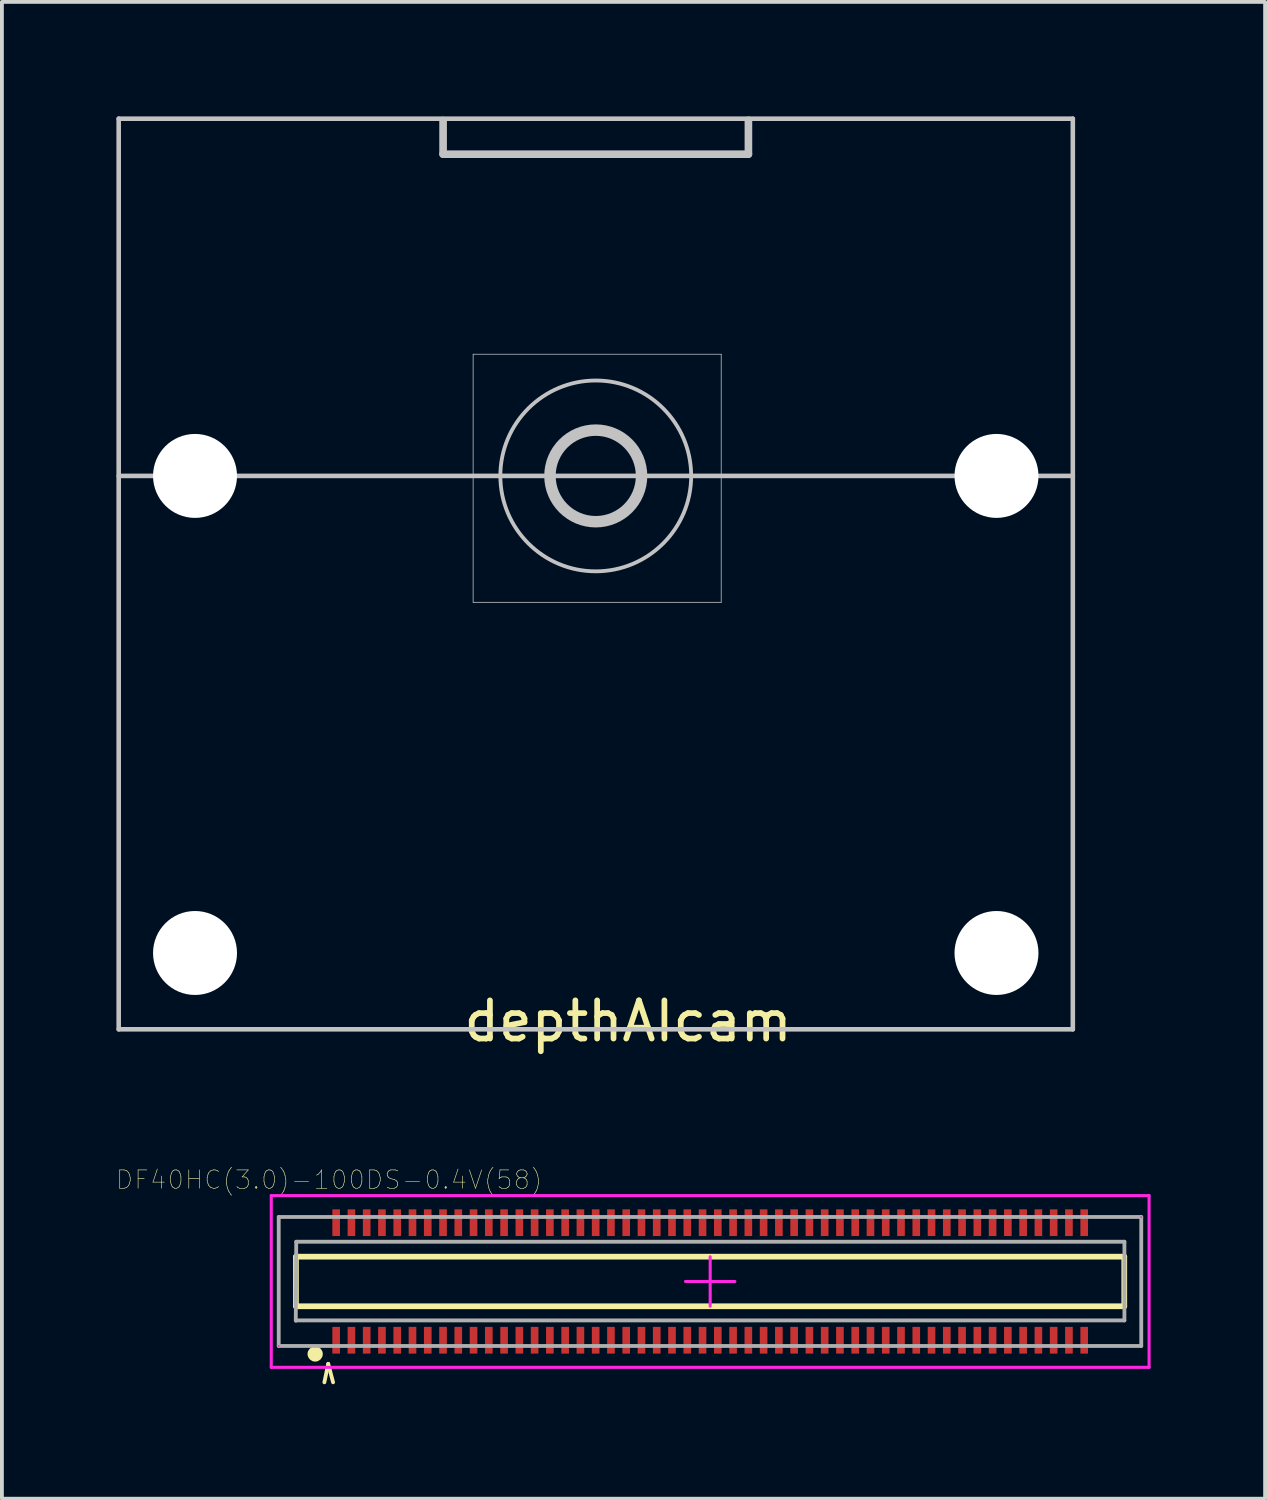
<source format=kicad_pcb>
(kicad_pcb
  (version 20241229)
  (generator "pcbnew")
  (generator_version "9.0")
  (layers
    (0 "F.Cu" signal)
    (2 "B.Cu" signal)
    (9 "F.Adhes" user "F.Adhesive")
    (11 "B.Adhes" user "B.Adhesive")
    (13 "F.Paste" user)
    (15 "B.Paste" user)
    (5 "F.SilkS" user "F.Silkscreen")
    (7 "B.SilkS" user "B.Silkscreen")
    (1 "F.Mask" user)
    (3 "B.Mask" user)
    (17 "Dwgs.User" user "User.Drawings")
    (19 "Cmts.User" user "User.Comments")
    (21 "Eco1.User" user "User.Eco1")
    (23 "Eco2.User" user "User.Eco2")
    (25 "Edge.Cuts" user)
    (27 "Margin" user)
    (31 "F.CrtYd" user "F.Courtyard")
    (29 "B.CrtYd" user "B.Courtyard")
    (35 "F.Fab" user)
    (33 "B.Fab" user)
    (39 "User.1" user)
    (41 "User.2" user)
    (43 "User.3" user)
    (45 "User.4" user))
  (footprint "depthAIcam"
    (layer "F.Cu")
    (at 12.56 11.99)
    (property "Reference" "depthAIcam" (at 0.846 11.717 0) (layer "F.SilkS") (effects (font (size 1 1) (thickness 0.15))))
    (attr through_hole)
    (fp_line (start -12.5 -11.93) (end -12.5 11.93) (stroke (width 0.12) (type solid)) (layer "Dwgs.User"))
    (fp_line (start -4 -11.001) (end -4 -11.882) (stroke (width 0.2) (type solid)) (layer "Dwgs.User"))
    (fp_line (start -3.213 -5.758) (end -3.213 0.742) (stroke (width 0.02) (type solid)) (layer "Dwgs.User"))
    (fp_line (start -3.213 0.742) (end 3.287 0.742) (stroke (width 0.02) (type solid)) (layer "Dwgs.User"))
    (fp_line (start 3.287 -5.758) (end -3.213 -5.758) (stroke (width 0.02) (type solid)) (layer "Dwgs.User"))
    (fp_line (start 3.287 0.742) (end 3.287 -5.758) (stroke (width 0.02) (type solid)) (layer "Dwgs.User"))
    (fp_line (start 4 -11) (end -4 -11) (stroke (width 0.2) (type solid)) (layer "Dwgs.User"))
    (fp_line (start 4 -11.887) (end 4 -11.001) (stroke (width 0.2) (type solid)) (layer "Dwgs.User"))
    (fp_line (start 12.5 -11.93) (end -12.499 -11.93) (stroke (width 0.12) (type solid)) (layer "Dwgs.User"))
    (fp_line (start 12.5 -11.93) (end 12.5 11.93) (stroke (width 0.12) (type solid)) (layer "Dwgs.User"))
    (fp_line (start 12.5 -2.57) (end -12.499 -2.57) (stroke (width 0.12) (type solid)) (layer "Dwgs.User"))
    (fp_line (start 12.5 11.93) (end -12.499 11.93) (stroke (width 0.12) (type solid)) (layer "Dwgs.User"))
    (fp_circle (center 0 -2.57) (end 1.2 -2.57) (stroke (width 0.3) (type solid)) (fill no) (layer "Dwgs.User"))
    (fp_circle (center 0 -2.57) (end 2.5 -2.57) (stroke (width 0.1) (type solid)) (fill no) (layer "Dwgs.User"))
    (pad "" np_thru_hole circle (at -10.5 -2.57) (size 2.2 2.2) (drill 2.2) (layers "*.Cu" "*.Mask"))
    (pad "" np_thru_hole circle (at -10.5 9.93) (size 2.2 2.2) (drill 2.2) (layers "*.Cu" "*.Mask"))
    (pad "" np_thru_hole circle (at 10.5 -2.57) (size 2.2 2.2) (drill 2.2) (layers "*.Cu" "*.Mask"))
    (pad "" np_thru_hole circle (at 10.5 9.93) (size 2.2 2.2) (drill 2.2) (layers "*.Cu" "*.Mask")))
  (footprint "DF40HC(3.0)-100DS-0.4V(58)"
    (layer "F.Cu")
    (at 15.558 30.527)
    (property "Reference" "DF40HC(3.0)-100DS-0.4V(58)" (at -9.985 -2.664 0) (layer "F.SilkS") (effects (font (size 0.481 0.481) (thickness 0.015))))
    (attr through_hole)
    (fp_line (start -10.854 -0.65) (end -10.854 -0.65) (stroke (width 0.12) (type solid)) (layer "F.SilkS"))
    (fp_line (start -10.854 -0.65) (end -10.854 0.65) (stroke (width 0.15) (type solid)) (layer "F.SilkS"))
    (fp_line (start -10.854 0.65) (end -10.854 0.65) (stroke (width 0.12) (type solid)) (layer "F.SilkS"))
    (fp_line (start -10.85 -0.65) (end 10.85 -0.65) (stroke (width 0.15) (type solid)) (layer "F.SilkS"))
    (fp_line (start -10.109 2.642) (end -10.008 2.159) (stroke (width 0.1) (type solid)) (layer "F.SilkS"))
    (fp_line (start -10.008 2.159) (end -9.881 2.642) (stroke (width 0.1) (type solid)) (layer "F.SilkS"))
    (fp_line (start 10.85 -0.65) (end 10.85 0.65) (stroke (width 0.15) (type solid)) (layer "F.SilkS"))
    (fp_line (start 10.85 0.65) (end -10.85 0.65) (stroke (width 0.15) (type solid)) (layer "F.SilkS"))
    (fp_circle (center -10.35 1.9) (end -10.25 1.9) (stroke (width 0.2) (type solid)) (fill no) (layer "F.SilkS"))
    (fp_line (start -11.5 -2.25) (end 11.5 -2.25) (stroke (width 0.08) (type solid)) (layer "F.CrtYd"))
    (fp_line (start -11.5 2.25) (end -11.5 -2.25) (stroke (width 0.08) (type solid)) (layer "F.CrtYd"))
    (fp_line (start -11.305 1.689) (end -11.305 1.689) (stroke (width 0.05) (type solid)) (layer "F.CrtYd"))
    (fp_line (start -0.648 0) (end 0.648 0) (stroke (width 0.08) (type solid)) (layer "F.CrtYd"))
    (fp_line (start 0 -0.648) (end 0 0.648) (stroke (width 0.08) (type solid)) (layer "F.CrtYd"))
    (fp_line (start 11.295 -1.689) (end 11.295 -1.689) (stroke (width 0.05) (type solid)) (layer "F.CrtYd"))
    (fp_line (start 11.5 -2.25) (end 11.5 2.25) (stroke (width 0.08) (type solid)) (layer "F.CrtYd"))
    (fp_line (start 11.5 2.25) (end -11.5 2.25) (stroke (width 0.08) (type solid)) (layer "F.CrtYd"))
    (fp_line (start -11.305 -1.69) (end -11.305 1.689) (stroke (width 0.1) (type solid)) (layer "F.Fab"))
    (fp_line (start -11.305 1.69) (end 11.295 1.69) (stroke (width 0.1) (type solid)) (layer "F.Fab"))
    (fp_line (start -10.846 -1.041) (end -10.858 1.029) (stroke (width 0.1) (type solid)) (layer "F.Fab"))
    (fp_line (start -10.846 -1.041) (end 10.854 -1.041) (stroke (width 0.1) (type solid)) (layer "F.Fab"))
    (fp_line (start -10.846 1.02) (end 10.854 1.02) (stroke (width 0.1) (type solid)) (layer "F.Fab"))
    (fp_line (start 10.854 -1.041) (end 10.854 1.02) (stroke (width 0.1) (type solid)) (layer "F.Fab"))
    (fp_line (start 11.295 -1.69) (end -11.305 -1.69) (stroke (width 0.1) (type solid)) (layer "F.Fab"))
    (fp_line (start 11.295 1.69) (end 11.295 -1.689) (stroke (width 0.1) (type solid)) (layer "F.Fab"))
    (pad "1" smd rect (at -9.8 1.54) (size 0.2 0.7) (layers "F.Cu" "F.Mask" "F.Paste"))
    (pad "2" smd rect (at -9.8 -1.54) (size 0.2 0.7) (layers "F.Cu" "F.Mask" "F.Paste"))
    (pad "3" smd rect (at -9.4 1.54) (size 0.2 0.7) (layers "F.Cu" "F.Mask" "F.Paste"))
    (pad "4" smd rect (at -9.4 -1.54) (size 0.2 0.7) (layers "F.Cu" "F.Mask" "F.Paste"))
    (pad "5" smd rect (at -9 1.54) (size 0.2 0.7) (layers "F.Cu" "F.Mask" "F.Paste"))
    (pad "6" smd rect (at -9 -1.54) (size 0.2 0.7) (layers "F.Cu" "F.Mask" "F.Paste"))
    (pad "7" smd rect (at -8.6 1.54) (size 0.2 0.7) (layers "F.Cu" "F.Mask" "F.Paste"))
    (pad "8" smd rect (at -8.6 -1.54) (size 0.2 0.7) (layers "F.Cu" "F.Mask" "F.Paste"))
    (pad "9" smd rect (at -8.2 1.54) (size 0.2 0.7) (layers "F.Cu" "F.Mask" "F.Paste"))
    (pad "10" smd rect (at -8.2 -1.54) (size 0.2 0.7) (layers "F.Cu" "F.Mask" "F.Paste"))
    (pad "11" smd rect (at -7.8 1.54) (size 0.2 0.7) (layers "F.Cu" "F.Mask" "F.Paste"))
    (pad "12" smd rect (at -7.8 -1.54) (size 0.2 0.7) (layers "F.Cu" "F.Mask" "F.Paste"))
    (pad "13" smd rect (at -7.4 1.54) (size 0.2 0.7) (layers "F.Cu" "F.Mask" "F.Paste"))
    (pad "14" smd rect (at -7.4 -1.54) (size 0.2 0.7) (layers "F.Cu" "F.Mask" "F.Paste"))
    (pad "15" smd rect (at -7 1.54) (size 0.2 0.7) (layers "F.Cu" "F.Mask" "F.Paste"))
    (pad "16" smd rect (at -7 -1.54) (size 0.2 0.7) (layers "F.Cu" "F.Mask" "F.Paste"))
    (pad "17" smd rect (at -6.6 1.54) (size 0.2 0.7) (layers "F.Cu" "F.Mask" "F.Paste"))
    (pad "18" smd rect (at -6.6 -1.54) (size 0.2 0.7) (layers "F.Cu" "F.Mask" "F.Paste"))
    (pad "19" smd rect (at -6.2 1.54) (size 0.2 0.7) (layers "F.Cu" "F.Mask" "F.Paste"))
    (pad "20" smd rect (at -6.2 -1.54) (size 0.2 0.7) (layers "F.Cu" "F.Mask" "F.Paste"))
    (pad "21" smd rect (at -5.8 1.54) (size 0.2 0.7) (layers "F.Cu" "F.Mask" "F.Paste"))
    (pad "22" smd rect (at -5.8 -1.54) (size 0.2 0.7) (layers "F.Cu" "F.Mask" "F.Paste"))
    (pad "23" smd rect (at -5.4 1.54) (size 0.2 0.7) (layers "F.Cu" "F.Mask" "F.Paste"))
    (pad "24" smd rect (at -5.4 -1.54) (size 0.2 0.7) (layers "F.Cu" "F.Mask" "F.Paste"))
    (pad "25" smd rect (at -5 1.54) (size 0.2 0.7) (layers "F.Cu" "F.Mask" "F.Paste"))
    (pad "26" smd rect (at -5 -1.54) (size 0.2 0.7) (layers "F.Cu" "F.Mask" "F.Paste"))
    (pad "27" smd rect (at -4.6 1.54) (size 0.2 0.7) (layers "F.Cu" "F.Mask" "F.Paste"))
    (pad "28" smd rect (at -4.6 -1.54) (size 0.2 0.7) (layers "F.Cu" "F.Mask" "F.Paste"))
    (pad "29" smd rect (at -4.2 1.54) (size 0.2 0.7) (layers "F.Cu" "F.Mask" "F.Paste"))
    (pad "30" smd rect (at -4.2 -1.54) (size 0.2 0.7) (layers "F.Cu" "F.Mask" "F.Paste"))
    (pad "31" smd rect (at -3.8 1.54) (size 0.2 0.7) (layers "F.Cu" "F.Mask" "F.Paste"))
    (pad "32" smd rect (at -3.8 -1.54) (size 0.2 0.7) (layers "F.Cu" "F.Mask" "F.Paste"))
    (pad "33" smd rect (at -3.4 1.54) (size 0.2 0.7) (layers "F.Cu" "F.Mask" "F.Paste"))
    (pad "34" smd rect (at -3.4 -1.54) (size 0.2 0.7) (layers "F.Cu" "F.Mask" "F.Paste"))
    (pad "35" smd rect (at -3 1.54) (size 0.2 0.7) (layers "F.Cu" "F.Mask" "F.Paste"))
    (pad "36" smd rect (at -3 -1.54) (size 0.2 0.7) (layers "F.Cu" "F.Mask" "F.Paste"))
    (pad "37" smd rect (at -2.6 1.54) (size 0.2 0.7) (layers "F.Cu" "F.Mask" "F.Paste"))
    (pad "38" smd rect (at -2.6 -1.54) (size 0.2 0.7) (layers "F.Cu" "F.Mask" "F.Paste"))
    (pad "39" smd rect (at -2.2 1.54) (size 0.2 0.7) (layers "F.Cu" "F.Mask" "F.Paste"))
    (pad "40" smd rect (at -2.2 -1.54) (size 0.2 0.7) (layers "F.Cu" "F.Mask" "F.Paste"))
    (pad "41" smd rect (at -1.8 1.54) (size 0.2 0.7) (layers "F.Cu" "F.Mask" "F.Paste"))
    (pad "42" smd rect (at -1.8 -1.54) (size 0.2 0.7) (layers "F.Cu" "F.Mask" "F.Paste"))
    (pad "43" smd rect (at -1.4 1.54) (size 0.2 0.7) (layers "F.Cu" "F.Mask" "F.Paste"))
    (pad "44" smd rect (at -1.4 -1.54) (size 0.2 0.7) (layers "F.Cu" "F.Mask" "F.Paste"))
    (pad "45" smd rect (at -1 1.54) (size 0.2 0.7) (layers "F.Cu" "F.Mask" "F.Paste"))
    (pad "46" smd rect (at -1 -1.54) (size 0.2 0.7) (layers "F.Cu" "F.Mask" "F.Paste"))
    (pad "47" smd rect (at -0.6 1.54) (size 0.2 0.7) (layers "F.Cu" "F.Mask" "F.Paste"))
    (pad "48" smd rect (at -0.6 -1.54) (size 0.2 0.7) (layers "F.Cu" "F.Mask" "F.Paste"))
    (pad "49" smd rect (at -0.2 1.54) (size 0.2 0.7) (layers "F.Cu" "F.Mask" "F.Paste"))
    (pad "50" smd rect (at -0.2 -1.54) (size 0.2 0.7) (layers "F.Cu" "F.Mask" "F.Paste"))
    (pad "51" smd rect (at 0.2 1.54) (size 0.2 0.7) (layers "F.Cu" "F.Mask" "F.Paste"))
    (pad "52" smd rect (at 0.2 -1.54) (size 0.2 0.7) (layers "F.Cu" "F.Mask" "F.Paste"))
    (pad "53" smd rect (at 0.6 1.54) (size 0.2 0.7) (layers "F.Cu" "F.Mask" "F.Paste"))
    (pad "54" smd rect (at 0.6 -1.54) (size 0.2 0.7) (layers "F.Cu" "F.Mask" "F.Paste"))
    (pad "55" smd rect (at 1 1.54) (size 0.2 0.7) (layers "F.Cu" "F.Mask" "F.Paste"))
    (pad "56" smd rect (at 1 -1.54) (size 0.2 0.7) (layers "F.Cu" "F.Mask" "F.Paste"))
    (pad "57" smd rect (at 1.4 1.54) (size 0.2 0.7) (layers "F.Cu" "F.Mask" "F.Paste"))
    (pad "58" smd rect (at 1.4 -1.54) (size 0.2 0.7) (layers "F.Cu" "F.Mask" "F.Paste"))
    (pad "59" smd rect (at 1.8 1.54) (size 0.2 0.7) (layers "F.Cu" "F.Mask" "F.Paste"))
    (pad "60" smd rect (at 1.8 -1.54) (size 0.2 0.7) (layers "F.Cu" "F.Mask" "F.Paste"))
    (pad "61" smd rect (at 2.2 1.54) (size 0.2 0.7) (layers "F.Cu" "F.Mask" "F.Paste"))
    (pad "62" smd rect (at 2.2 -1.54) (size 0.2 0.7) (layers "F.Cu" "F.Mask" "F.Paste"))
    (pad "63" smd rect (at 2.6 1.54) (size 0.2 0.7) (layers "F.Cu" "F.Mask" "F.Paste"))
    (pad "64" smd rect (at 2.6 -1.54) (size 0.2 0.7) (layers "F.Cu" "F.Mask" "F.Paste"))
    (pad "65" smd rect (at 3 1.54) (size 0.2 0.7) (layers "F.Cu" "F.Mask" "F.Paste"))
    (pad "66" smd rect (at 3 -1.54) (size 0.2 0.7) (layers "F.Cu" "F.Mask" "F.Paste"))
    (pad "67" smd rect (at 3.4 1.54) (size 0.2 0.7) (layers "F.Cu" "F.Mask" "F.Paste"))
    (pad "68" smd rect (at 3.4 -1.54) (size 0.2 0.7) (layers "F.Cu" "F.Mask" "F.Paste"))
    (pad "69" smd rect (at 3.8 1.54) (size 0.2 0.7) (layers "F.Cu" "F.Mask" "F.Paste"))
    (pad "70" smd rect (at 3.8 -1.54) (size 0.2 0.7) (layers "F.Cu" "F.Mask" "F.Paste"))
    (pad "71" smd rect (at 4.2 1.54) (size 0.2 0.7) (layers "F.Cu" "F.Mask" "F.Paste"))
    (pad "72" smd rect (at 4.2 -1.54) (size 0.2 0.7) (layers "F.Cu" "F.Mask" "F.Paste"))
    (pad "73" smd rect (at 4.6 1.54) (size 0.2 0.7) (layers "F.Cu" "F.Mask" "F.Paste"))
    (pad "74" smd rect (at 4.6 -1.54) (size 0.2 0.7) (layers "F.Cu" "F.Mask" "F.Paste"))
    (pad "75" smd rect (at 5 1.54) (size 0.2 0.7) (layers "F.Cu" "F.Mask" "F.Paste"))
    (pad "76" smd rect (at 5 -1.54) (size 0.2 0.7) (layers "F.Cu" "F.Mask" "F.Paste"))
    (pad "77" smd rect (at 5.4 1.54) (size 0.2 0.7) (layers "F.Cu" "F.Mask" "F.Paste"))
    (pad "78" smd rect (at 5.4 -1.54) (size 0.2 0.7) (layers "F.Cu" "F.Mask" "F.Paste"))
    (pad "79" smd rect (at 5.8 1.54) (size 0.2 0.7) (layers "F.Cu" "F.Mask" "F.Paste"))
    (pad "80" smd rect (at 5.8 -1.54) (size 0.2 0.7) (layers "F.Cu" "F.Mask" "F.Paste"))
    (pad "81" smd rect (at 6.2 1.54) (size 0.2 0.7) (layers "F.Cu" "F.Mask" "F.Paste"))
    (pad "82" smd rect (at 6.2 -1.54) (size 0.2 0.7) (layers "F.Cu" "F.Mask" "F.Paste"))
    (pad "83" smd rect (at 6.6 1.54) (size 0.2 0.7) (layers "F.Cu" "F.Mask" "F.Paste"))
    (pad "84" smd rect (at 6.6 -1.54) (size 0.2 0.7) (layers "F.Cu" "F.Mask" "F.Paste"))
    (pad "85" smd rect (at 7 1.54) (size 0.2 0.7) (layers "F.Cu" "F.Mask" "F.Paste"))
    (pad "86" smd rect (at 7 -1.54) (size 0.2 0.7) (layers "F.Cu" "F.Mask" "F.Paste"))
    (pad "87" smd rect (at 7.4 1.54) (size 0.2 0.7) (layers "F.Cu" "F.Mask" "F.Paste"))
    (pad "88" smd rect (at 7.4 -1.54) (size 0.2 0.7) (layers "F.Cu" "F.Mask" "F.Paste"))
    (pad "89" smd rect (at 7.8 1.54) (size 0.2 0.7) (layers "F.Cu" "F.Mask" "F.Paste"))
    (pad "90" smd rect (at 7.8 -1.54) (size 0.2 0.7) (layers "F.Cu" "F.Mask" "F.Paste"))
    (pad "91" smd rect (at 8.2 1.54) (size 0.2 0.7) (layers "F.Cu" "F.Mask" "F.Paste"))
    (pad "92" smd rect (at 8.2 -1.54) (size 0.2 0.7) (layers "F.Cu" "F.Mask" "F.Paste"))
    (pad "93" smd rect (at 8.6 1.54) (size 0.2 0.7) (layers "F.Cu" "F.Mask" "F.Paste"))
    (pad "94" smd rect (at 8.6 -1.54) (size 0.2 0.7) (layers "F.Cu" "F.Mask" "F.Paste"))
    (pad "95" smd rect (at 9 1.54) (size 0.2 0.7) (layers "F.Cu" "F.Mask" "F.Paste"))
    (pad "96" smd rect (at 9 -1.54) (size 0.2 0.7) (layers "F.Cu" "F.Mask" "F.Paste"))
    (pad "97" smd rect (at 9.4 1.54) (size 0.2 0.7) (layers "F.Cu" "F.Mask" "F.Paste"))
    (pad "98" smd rect (at 9.4 -1.54) (size 0.2 0.7) (layers "F.Cu" "F.Mask" "F.Paste"))
    (pad "99" smd rect (at 9.8 1.54) (size 0.2 0.7) (layers "F.Cu" "F.Mask" "F.Paste"))
    (pad "100" smd rect (at 9.8 -1.54) (size 0.2 0.7) (layers "F.Cu" "F.Mask" "F.Paste")))
  (gr_rect
    (start -3 -3)
    (end 30.098 36.219)
    (stroke (width 0.1) (type default))
    (fill no)
    (layer "Edge.Cuts")))
</source>
